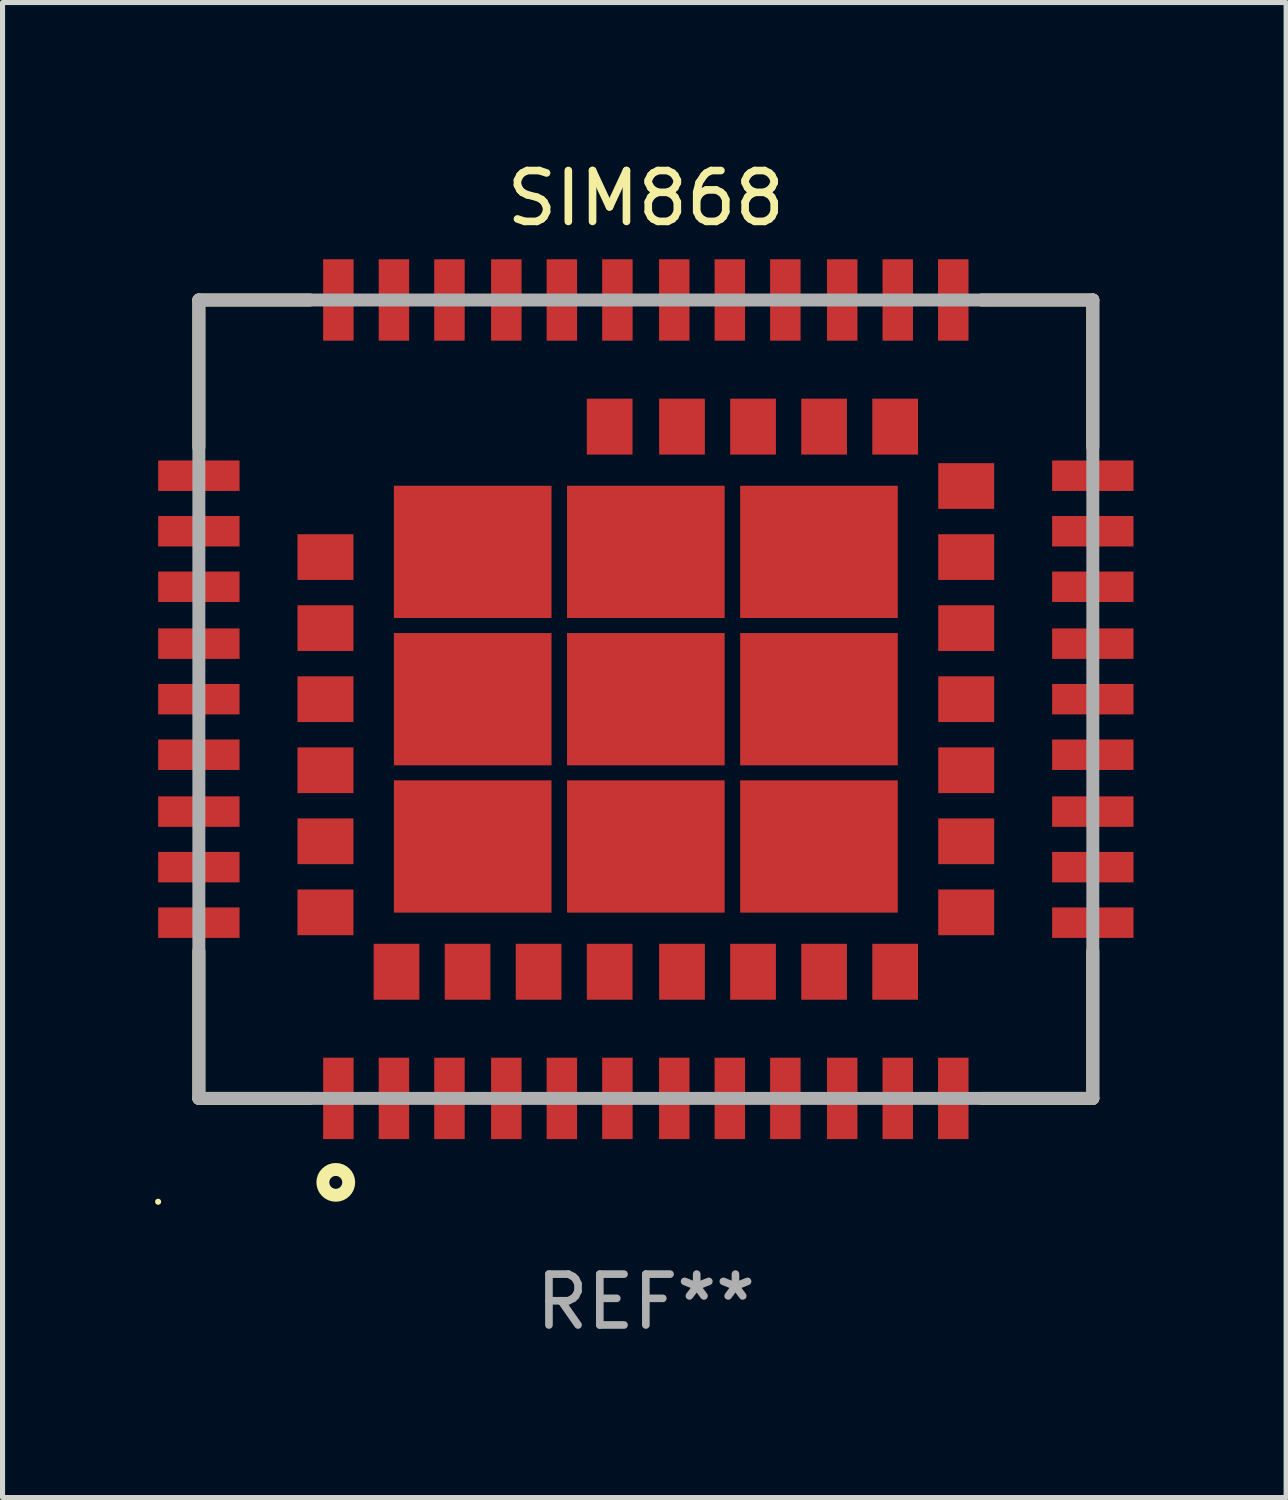
<source format=kicad_pcb>
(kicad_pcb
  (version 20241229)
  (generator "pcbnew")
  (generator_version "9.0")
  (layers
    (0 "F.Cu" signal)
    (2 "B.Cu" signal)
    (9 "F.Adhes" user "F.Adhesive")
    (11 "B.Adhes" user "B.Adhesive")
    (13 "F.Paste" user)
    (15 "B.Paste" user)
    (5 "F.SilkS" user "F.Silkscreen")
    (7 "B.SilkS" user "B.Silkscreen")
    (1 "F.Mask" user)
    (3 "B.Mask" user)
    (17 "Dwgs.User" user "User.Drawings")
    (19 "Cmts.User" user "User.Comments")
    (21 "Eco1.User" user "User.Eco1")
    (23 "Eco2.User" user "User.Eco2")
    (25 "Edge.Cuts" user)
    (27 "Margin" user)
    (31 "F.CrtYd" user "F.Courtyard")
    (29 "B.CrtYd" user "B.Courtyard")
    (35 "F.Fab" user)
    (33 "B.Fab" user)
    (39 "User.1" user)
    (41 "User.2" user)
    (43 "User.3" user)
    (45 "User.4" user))
  (footprint "SIM868"
    (layer "F.Cu")
    (at 9.648 10.697)
    (property "Reference" "SIM868" (at 0 -9.849 0) (layer "F.SilkS") (effects (font (size 1 1) (thickness 0.15))))
    (attr through_hole)
    (fp_line (start -8.788 -7.849) (end -6.604 -7.849) (stroke (width 0.254) (type solid)) (layer "F.SilkS"))
    (fp_line (start -8.788 -4.953) (end -8.788 -7.849) (stroke (width 0.254) (type solid)) (layer "F.SilkS"))
    (fp_line (start -8.788 7.849) (end -8.788 4.953) (stroke (width 0.254) (type solid)) (layer "F.SilkS"))
    (fp_line (start -6.604 7.849) (end -8.788 7.849) (stroke (width 0.254) (type solid)) (layer "F.SilkS"))
    (fp_line (start 6.604 7.849) (end 8.788 7.849) (stroke (width 0.254) (type solid)) (layer "F.SilkS"))
    (fp_line (start 8.788 -7.849) (end 6.604 -7.849) (stroke (width 0.254) (type solid)) (layer "F.SilkS"))
    (fp_line (start 8.788 -4.953) (end 8.788 -7.849) (stroke (width 0.254) (type solid)) (layer "F.SilkS"))
    (fp_line (start 8.788 7.849) (end 8.788 4.953) (stroke (width 0.254) (type solid)) (layer "F.SilkS"))
    (fp_circle (center -9.589 9.881) (end -9.559 9.881) (stroke (width 0.06) (type solid)) (fill no) (layer "F.SilkS"))
    (fp_circle (center -6.096 9.5) (end -5.842 9.5) (stroke (width 0.254) (type solid)) (fill no) (layer "F.SilkS"))
    (fp_line (start -8.788 -7.849) (end 8.788 -7.849) (stroke (width 0.254) (type solid)) (layer "F.Fab"))
    (fp_line (start -8.788 7.849) (end -8.788 -7.849) (stroke (width 0.254) (type solid)) (layer "F.Fab"))
    (fp_line (start 8.788 -7.849) (end 8.788 7.849) (stroke (width 0.254) (type solid)) (layer "F.Fab"))
    (fp_line (start 8.788 7.849) (end -8.788 7.849) (stroke (width 0.254) (type solid)) (layer "F.Fab"))
    (fp_text user "REF**" (at 0 11.849 0) (layer "F.Fab") (effects (font (size 1 1) (thickness 0.15))))
    (pad "1" smd rect (at -6.045 7.849 90) (size 1.6 0.599) (layers "F.Cu" "F.Mask" "F.Paste"))
    (pad "2" smd rect (at -4.953 7.849 90) (size 1.6 0.599) (layers "F.Cu" "F.Mask" "F.Paste"))
    (pad "3" smd rect (at -3.861 7.849 90) (size 1.6 0.599) (layers "F.Cu" "F.Mask" "F.Paste"))
    (pad "4" smd rect (at -2.743 7.849 90) (size 1.6 0.599) (layers "F.Cu" "F.Mask" "F.Paste"))
    (pad "5" smd rect (at -1.651 7.849 90) (size 1.6 0.599) (layers "F.Cu" "F.Mask" "F.Paste"))
    (pad "6" smd rect (at -0.559 7.849 90) (size 1.6 0.599) (layers "F.Cu" "F.Mask" "F.Paste"))
    (pad "7" smd rect (at 0.559 7.849 90) (size 1.6 0.599) (layers "F.Cu" "F.Mask" "F.Paste"))
    (pad "8" smd rect (at 1.651 7.849 90) (size 1.6 0.599) (layers "F.Cu" "F.Mask" "F.Paste"))
    (pad "9" smd rect (at 2.743 7.849 90) (size 1.6 0.599) (layers "F.Cu" "F.Mask" "F.Paste"))
    (pad "10" smd rect (at 3.861 7.849 90) (size 1.6 0.599) (layers "F.Cu" "F.Mask" "F.Paste"))
    (pad "11" smd rect (at 4.953 7.849 90) (size 1.6 0.599) (layers "F.Cu" "F.Mask" "F.Paste"))
    (pad "12" smd rect (at 6.045 7.849 90) (size 1.6 0.599) (layers "F.Cu" "F.Mask" "F.Paste"))
    (pad "13" smd rect (at 8.788 4.394 180) (size 1.6 0.599) (layers "F.Cu" "F.Mask" "F.Paste"))
    (pad "14" smd rect (at 8.788 3.302 180) (size 1.6 0.599) (layers "F.Cu" "F.Mask" "F.Paste"))
    (pad "15" smd rect (at 8.788 2.21 180) (size 1.6 0.599) (layers "F.Cu" "F.Mask" "F.Paste"))
    (pad "16" smd rect (at 8.788 1.092 180) (size 1.6 0.599) (layers "F.Cu" "F.Mask" "F.Paste"))
    (pad "17" smd rect (at 8.788 0 180) (size 1.6 0.599) (layers "F.Cu" "F.Mask" "F.Paste"))
    (pad "18" smd rect (at 8.788 -1.092 180) (size 1.6 0.599) (layers "F.Cu" "F.Mask" "F.Paste"))
    (pad "19" smd rect (at 8.788 -2.21 180) (size 1.6 0.599) (layers "F.Cu" "F.Mask" "F.Paste"))
    (pad "20" smd rect (at 8.788 -3.302 180) (size 1.6 0.599) (layers "F.Cu" "F.Mask" "F.Paste"))
    (pad "21" smd rect (at 8.788 -4.394 180) (size 1.6 0.599) (layers "F.Cu" "F.Mask" "F.Paste"))
    (pad "22" smd rect (at 6.045 -7.849 270) (size 1.6 0.599) (layers "F.Cu" "F.Mask" "F.Paste"))
    (pad "23" smd rect (at 4.953 -7.849 270) (size 1.6 0.599) (layers "F.Cu" "F.Mask" "F.Paste"))
    (pad "24" smd rect (at 3.861 -7.849 270) (size 1.6 0.599) (layers "F.Cu" "F.Mask" "F.Paste"))
    (pad "25" smd rect (at 2.743 -7.849 270) (size 1.6 0.599) (layers "F.Cu" "F.Mask" "F.Paste"))
    (pad "26" smd rect (at 1.651 -7.849 270) (size 1.6 0.599) (layers "F.Cu" "F.Mask" "F.Paste"))
    (pad "27" smd rect (at 0.559 -7.849 270) (size 1.6 0.599) (layers "F.Cu" "F.Mask" "F.Paste"))
    (pad "28" smd rect (at -0.559 -7.849 270) (size 1.6 0.599) (layers "F.Cu" "F.Mask" "F.Paste"))
    (pad "29" smd rect (at -1.651 -7.849 270) (size 1.6 0.599) (layers "F.Cu" "F.Mask" "F.Paste"))
    (pad "30" smd rect (at -2.743 -7.849 270) (size 1.6 0.599) (layers "F.Cu" "F.Mask" "F.Paste"))
    (pad "31" smd rect (at -3.861 -7.849 270) (size 1.6 0.599) (layers "F.Cu" "F.Mask" "F.Paste"))
    (pad "32" smd rect (at -4.953 -7.849 270) (size 1.6 0.599) (layers "F.Cu" "F.Mask" "F.Paste"))
    (pad "33" smd rect (at -6.045 -7.849 270) (size 1.6 0.599) (layers "F.Cu" "F.Mask" "F.Paste"))
    (pad "34" smd rect (at -8.788 -4.394) (size 1.6 0.599) (layers "F.Cu" "F.Mask" "F.Paste"))
    (pad "35" smd rect (at -8.788 -3.302) (size 1.6 0.599) (layers "F.Cu" "F.Mask" "F.Paste"))
    (pad "36" smd rect (at -8.788 -2.21) (size 1.6 0.599) (layers "F.Cu" "F.Mask" "F.Paste"))
    (pad "37" smd rect (at -8.788 -1.092) (size 1.6 0.599) (layers "F.Cu" "F.Mask" "F.Paste"))
    (pad "38" smd rect (at -8.788 0) (size 1.6 0.599) (layers "F.Cu" "F.Mask" "F.Paste"))
    (pad "39" smd rect (at -8.788 1.092) (size 1.6 0.599) (layers "F.Cu" "F.Mask" "F.Paste"))
    (pad "40" smd rect (at -8.788 2.21) (size 1.6 0.599) (layers "F.Cu" "F.Mask" "F.Paste"))
    (pad "41" smd rect (at -8.788 3.302) (size 1.6 0.599) (layers "F.Cu" "F.Mask" "F.Paste"))
    (pad "42" smd rect (at -8.788 4.394) (size 1.6 0.599) (layers "F.Cu" "F.Mask" "F.Paste"))
    (pad "43" smd rect (at -4.902 5.359 90) (size 1.1 0.899) (layers "F.Cu" "F.Mask" "F.Paste"))
    (pad "44" smd rect (at -3.505 5.359 90) (size 1.1 0.899) (layers "F.Cu" "F.Mask" "F.Paste"))
    (pad "45" smd rect (at -2.108 5.359 90) (size 1.1 0.899) (layers "F.Cu" "F.Mask" "F.Paste"))
    (pad "46" smd rect (at -0.711 5.359 90) (size 1.1 0.899) (layers "F.Cu" "F.Mask" "F.Paste"))
    (pad "47" smd rect (at 0.711 5.359 90) (size 1.1 0.899) (layers "F.Cu" "F.Mask" "F.Paste"))
    (pad "48" smd rect (at 2.108 5.359 90) (size 1.1 0.899) (layers "F.Cu" "F.Mask" "F.Paste"))
    (pad "49" smd rect (at 3.505 5.359 90) (size 1.1 0.899) (layers "F.Cu" "F.Mask" "F.Paste"))
    (pad "50" smd rect (at 4.902 5.359 90) (size 1.1 0.899) (layers "F.Cu" "F.Mask" "F.Paste"))
    (pad "51" smd rect (at 6.299 4.191 180) (size 1.1 0.899) (layers "F.Cu" "F.Mask" "F.Paste"))
    (pad "52" smd rect (at 6.299 2.794 180) (size 1.1 0.899) (layers "F.Cu" "F.Mask" "F.Paste"))
    (pad "53" smd rect (at 6.299 1.397 180) (size 1.1 0.899) (layers "F.Cu" "F.Mask" "F.Paste"))
    (pad "54" smd rect (at 6.299 0 180) (size 1.1 0.899) (layers "F.Cu" "F.Mask" "F.Paste"))
    (pad "55" smd rect (at 6.299 -1.397 180) (size 1.1 0.899) (layers "F.Cu" "F.Mask" "F.Paste"))
    (pad "56" smd rect (at 6.299 -2.794 180) (size 1.1 0.899) (layers "F.Cu" "F.Mask" "F.Paste"))
    (pad "57" smd rect (at 6.299 -4.191 180) (size 1.1 0.899) (layers "F.Cu" "F.Mask" "F.Paste"))
    (pad "58" smd rect (at 4.902 -5.359 270) (size 1.1 0.899) (layers "F.Cu" "F.Mask" "F.Paste"))
    (pad "59" smd rect (at 3.505 -5.359 270) (size 1.1 0.899) (layers "F.Cu" "F.Mask" "F.Paste"))
    (pad "60" smd rect (at 2.108 -5.359 270) (size 1.1 0.899) (layers "F.Cu" "F.Mask" "F.Paste"))
    (pad "61" smd rect (at 0.711 -5.359 270) (size 1.1 0.899) (layers "F.Cu" "F.Mask" "F.Paste"))
    (pad "62" smd rect (at -0.711 -5.359 270) (size 1.1 0.899) (layers "F.Cu" "F.Mask" "F.Paste"))
    (pad "63" smd rect (at -6.299 -2.794) (size 1.1 0.899) (layers "F.Cu" "F.Mask" "F.Paste"))
    (pad "64" smd rect (at -6.299 -1.397) (size 1.1 0.899) (layers "F.Cu" "F.Mask" "F.Paste"))
    (pad "65" smd rect (at -6.299 0) (size 1.1 0.899) (layers "F.Cu" "F.Mask" "F.Paste"))
    (pad "66" smd rect (at -6.299 1.397) (size 1.1 0.899) (layers "F.Cu" "F.Mask" "F.Paste"))
    (pad "67" smd rect (at -6.299 2.794) (size 1.1 0.899) (layers "F.Cu" "F.Mask" "F.Paste"))
    (pad "68" smd rect (at -6.299 4.191) (size 1.1 0.899) (layers "F.Cu" "F.Mask" "F.Paste"))
    (pad "69" smd rect (at -3.404 2.896 90) (size 2.601 3.099) (layers "F.Cu" "F.Mask" "F.Paste"))
    (pad "70" smd rect (at 0 2.896 90) (size 2.601 3.099) (layers "F.Cu" "F.Mask" "F.Paste"))
    (pad "71" smd rect (at 3.404 2.896 90) (size 2.601 3.099) (layers "F.Cu" "F.Mask" "F.Paste"))
    (pad "72" smd rect (at 3.404 0 90) (size 2.601 3.099) (layers "F.Cu" "F.Mask" "F.Paste"))
    (pad "73" smd rect (at 3.404 -2.896 90) (size 2.601 3.099) (layers "F.Cu" "F.Mask" "F.Paste"))
    (pad "74" smd rect (at 0 -2.896 90) (size 2.601 3.099) (layers "F.Cu" "F.Mask" "F.Paste"))
    (pad "75" smd rect (at -3.404 -2.896 90) (size 2.601 3.099) (layers "F.Cu" "F.Mask" "F.Paste"))
    (pad "76" smd rect (at -3.404 0 90) (size 2.601 3.099) (layers "F.Cu" "F.Mask" "F.Paste"))
    (pad "77" smd rect (at 0 0 90) (size 2.601 3.099) (layers "F.Cu" "F.Mask" "F.Paste")))
  (gr_rect
    (start -3 -3)
    (end 22.237 26.394)
    (stroke (width 0.1) (type default))
    (fill no)
    (layer "Edge.Cuts")))
</source>
